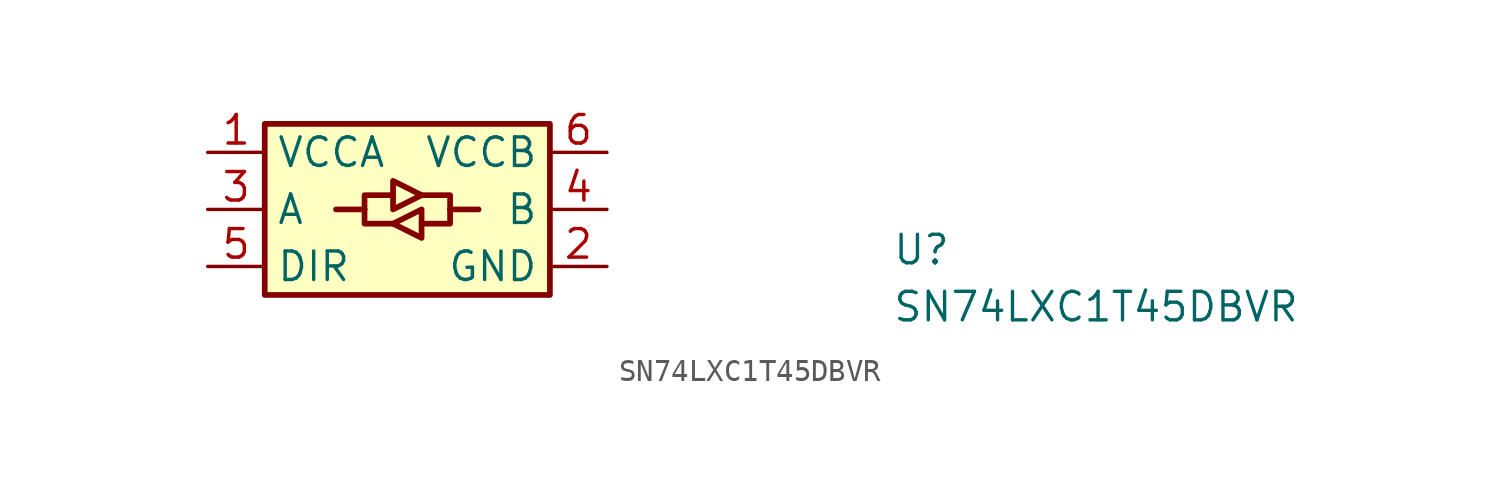
<source format=kicad_sym>
(kicad_symbol_lib
  (version 20211014)
  (generator kicad_symbol_editor)
  (symbol "SN74LXC1T45DBVR"
    (property "Reference" "U"
      (at 30.48 -5.08 0)
      (effects (font (size 1.27 1.27) (thickness 0.15)) (justify left bottom)))
    (property "Value" "SN74LXC1T45DBVR"
      (at 30.48 -7.62 0)
      (effects (font (size 1.27 1.27) (thickness 0.15)) (justify left bottom)))
    (symbol "SN74LXC1T45DBVR_1_1"
      (polyline (pts (xy 5.715 -2.54) (xy 6.985 -2.54)) (stroke (width 0.254) (type default) (color 0 0 0 0)) (fill (type background)))
      (polyline (pts (xy 12.065 -2.54) (xy 10.795 -2.54)) (stroke (width 0.254) (type default) (color 0 0 0 0)) (fill (type background)))
      (polyline (pts (xy 6.985 -2.54) (xy 6.985 -3.175) (xy 8.382 -3.175)) (stroke (width 0.254) (type default) (color 0 0 0 0)) (fill (type background)))
      (polyline (pts (xy 6.985 -2.54) (xy 6.985 -1.905) (xy 8.255 -1.905)) (stroke (width 0.254) (type default) (color 0 0 0 0)) (fill (type background)))
      (polyline (pts (xy 10.795 -2.54) (xy 10.795 -3.175) (xy 9.525 -3.175)) (stroke (width 0.254) (type default) (color 0 0 0 0)) (fill (type background)))
      (polyline (pts (xy 10.795 -2.54) (xy 10.795 -1.905) (xy 9.525 -1.905)) (stroke (width 0.254) (type default) (color 0 0 0 0)) (fill (type background)))
      (polyline (pts (xy 8.255 -1.27) (xy 8.255 -2.54) (xy 9.525 -1.905) (xy 8.255 -1.27)) (stroke (width 0.254) (type default) (color 0 0 0 0)) (fill (type background)))
      (polyline (pts (xy 9.525 -2.54) (xy 9.525 -3.81) (xy 8.255 -3.175) (xy 9.525 -2.54)) (stroke (width 0.254) (type default) (color 0 0 0 0)) (fill (type background)))
      (rectangle (start 2.54 1.27) (end 15.24 -6.35) (stroke (width 0.254) (type default) (color 0 0 0 0)) (fill (type background)))
      (pin power_in line (at 0 0 0) (length 2.54) (name "VCCA" (effects (font (size 1.27 1.27)))) (number "1" (effects (font (size 1.27 1.27)))))
      (pin power_in line (at 17.78 -5.08 180) (length 2.54) (name "GND" (effects (font (size 1.27 1.27)))) (number "2" (effects (font (size 1.27 1.27)))))
      (pin bidirectional line (at 0 -2.54 0) (length 2.54) (name "A" (effects (font (size 1.27 1.27)))) (number "3" (effects (font (size 1.27 1.27)))))
      (pin bidirectional line (at 17.78 -2.54 180) (length 2.54) (name "B" (effects (font (size 1.27 1.27)))) (number "4" (effects (font (size 1.27 1.27)))))
      (pin input line (at 0 -5.08 0) (length 2.54) (name "DIR" (effects (font (size 1.27 1.27)))) (number "5" (effects (font (size 1.27 1.27)))))
      (pin power_in line (at 17.78 0 180) (length 2.54) (name "VCCB" (effects (font (size 1.27 1.27)))) (number "6" (effects (font (size 1.27 1.27))))))))
</source>
